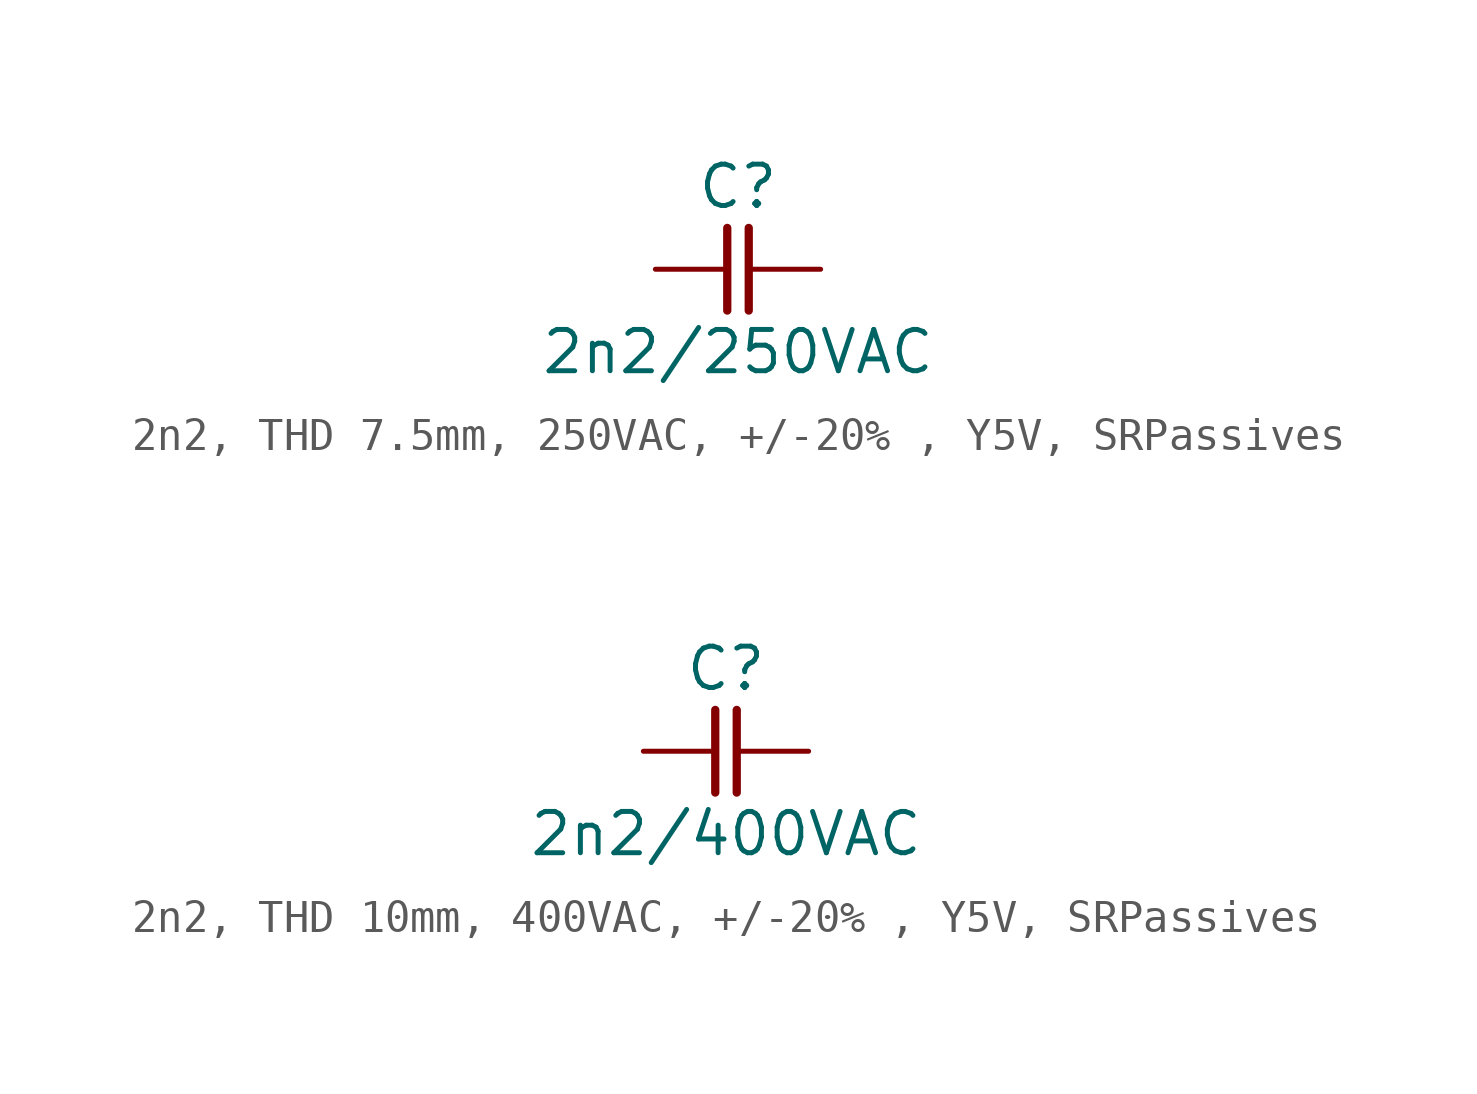
<source format=kicad_sym>
(kicad_symbol_lib
  (version 20220914)
  (generator kicad_symbol_editor)
  (symbol "2n2, THD 7.5mm, 250VAC, +/-20% , Y5V, SRPassives"
    (pin_numbers hide)
    (pin_names
      (offset 0) hide)
    (property "Reference" "C"
      (at 0 2.54 0)
      (effects (font (size 1.27 1.27))))
    (property "Value" "2n2/250VAC"
      (at 0 -2.54 0)
      (effects (font (size 1.27 1.27))))
    (symbol "2n2, THD 7.5mm, 250VAC, +/-20% , Y5V, SRPassives_0_1"
      (polyline (pts (xy -0.33 1.27) (xy -0.33 -1.27)) (stroke (width 0.254) (type default)) (fill (type none)))
      (polyline (pts (xy 0.33 1.27) (xy 0.33 -1.27)) (stroke (width 0.254) (type default)) (fill (type none))))
    (symbol "2n2, THD 7.5mm, 250VAC, +/-20% , Y5V, SRPassives_1_1"
      (pin passive line (at -2.54 0 0) (length 2.21) (name "1" (effects (font (size 1.27 1.27)))) (number "1" (effects (font (size 1.27 1.27)))))
      (pin passive line (at 2.54 0 180) (length 2.21) (name "2" (effects (font (size 1.27 1.27)))) (number "2" (effects (font (size 1.27 1.27)))))))
  (symbol "2n2, THD 10mm, 400VAC, +/-20% , Y5V, SRPassives"
    (pin_numbers hide)
    (pin_names
      (offset 0) hide)
    (property "Reference" "C"
      (at 0 2.54 0)
      (effects (font (size 1.27 1.27))))
    (property "Value" "2n2/400VAC"
      (at 0 -2.54 0)
      (effects (font (size 1.27 1.27))))
    (symbol "2n2, THD 10mm, 400VAC, +/-20% , Y5V, SRPassives_0_1"
      (polyline (pts (xy -0.33 1.27) (xy -0.33 -1.27)) (stroke (width 0.254) (type default)) (fill (type none)))
      (polyline (pts (xy 0.33 1.27) (xy 0.33 -1.27)) (stroke (width 0.254) (type default)) (fill (type none))))
    (symbol "2n2, THD 10mm, 400VAC, +/-20% , Y5V, SRPassives_1_1"
      (pin passive line (at -2.54 0 0) (length 2.21) (name "1" (effects (font (size 1.27 1.27)))) (number "1" (effects (font (size 1.27 1.27)))))
      (pin passive line (at 2.54 0 180) (length 2.21) (name "2" (effects (font (size 1.27 1.27)))) (number "2" (effects (font (size 1.27 1.27))))))))
</source>
